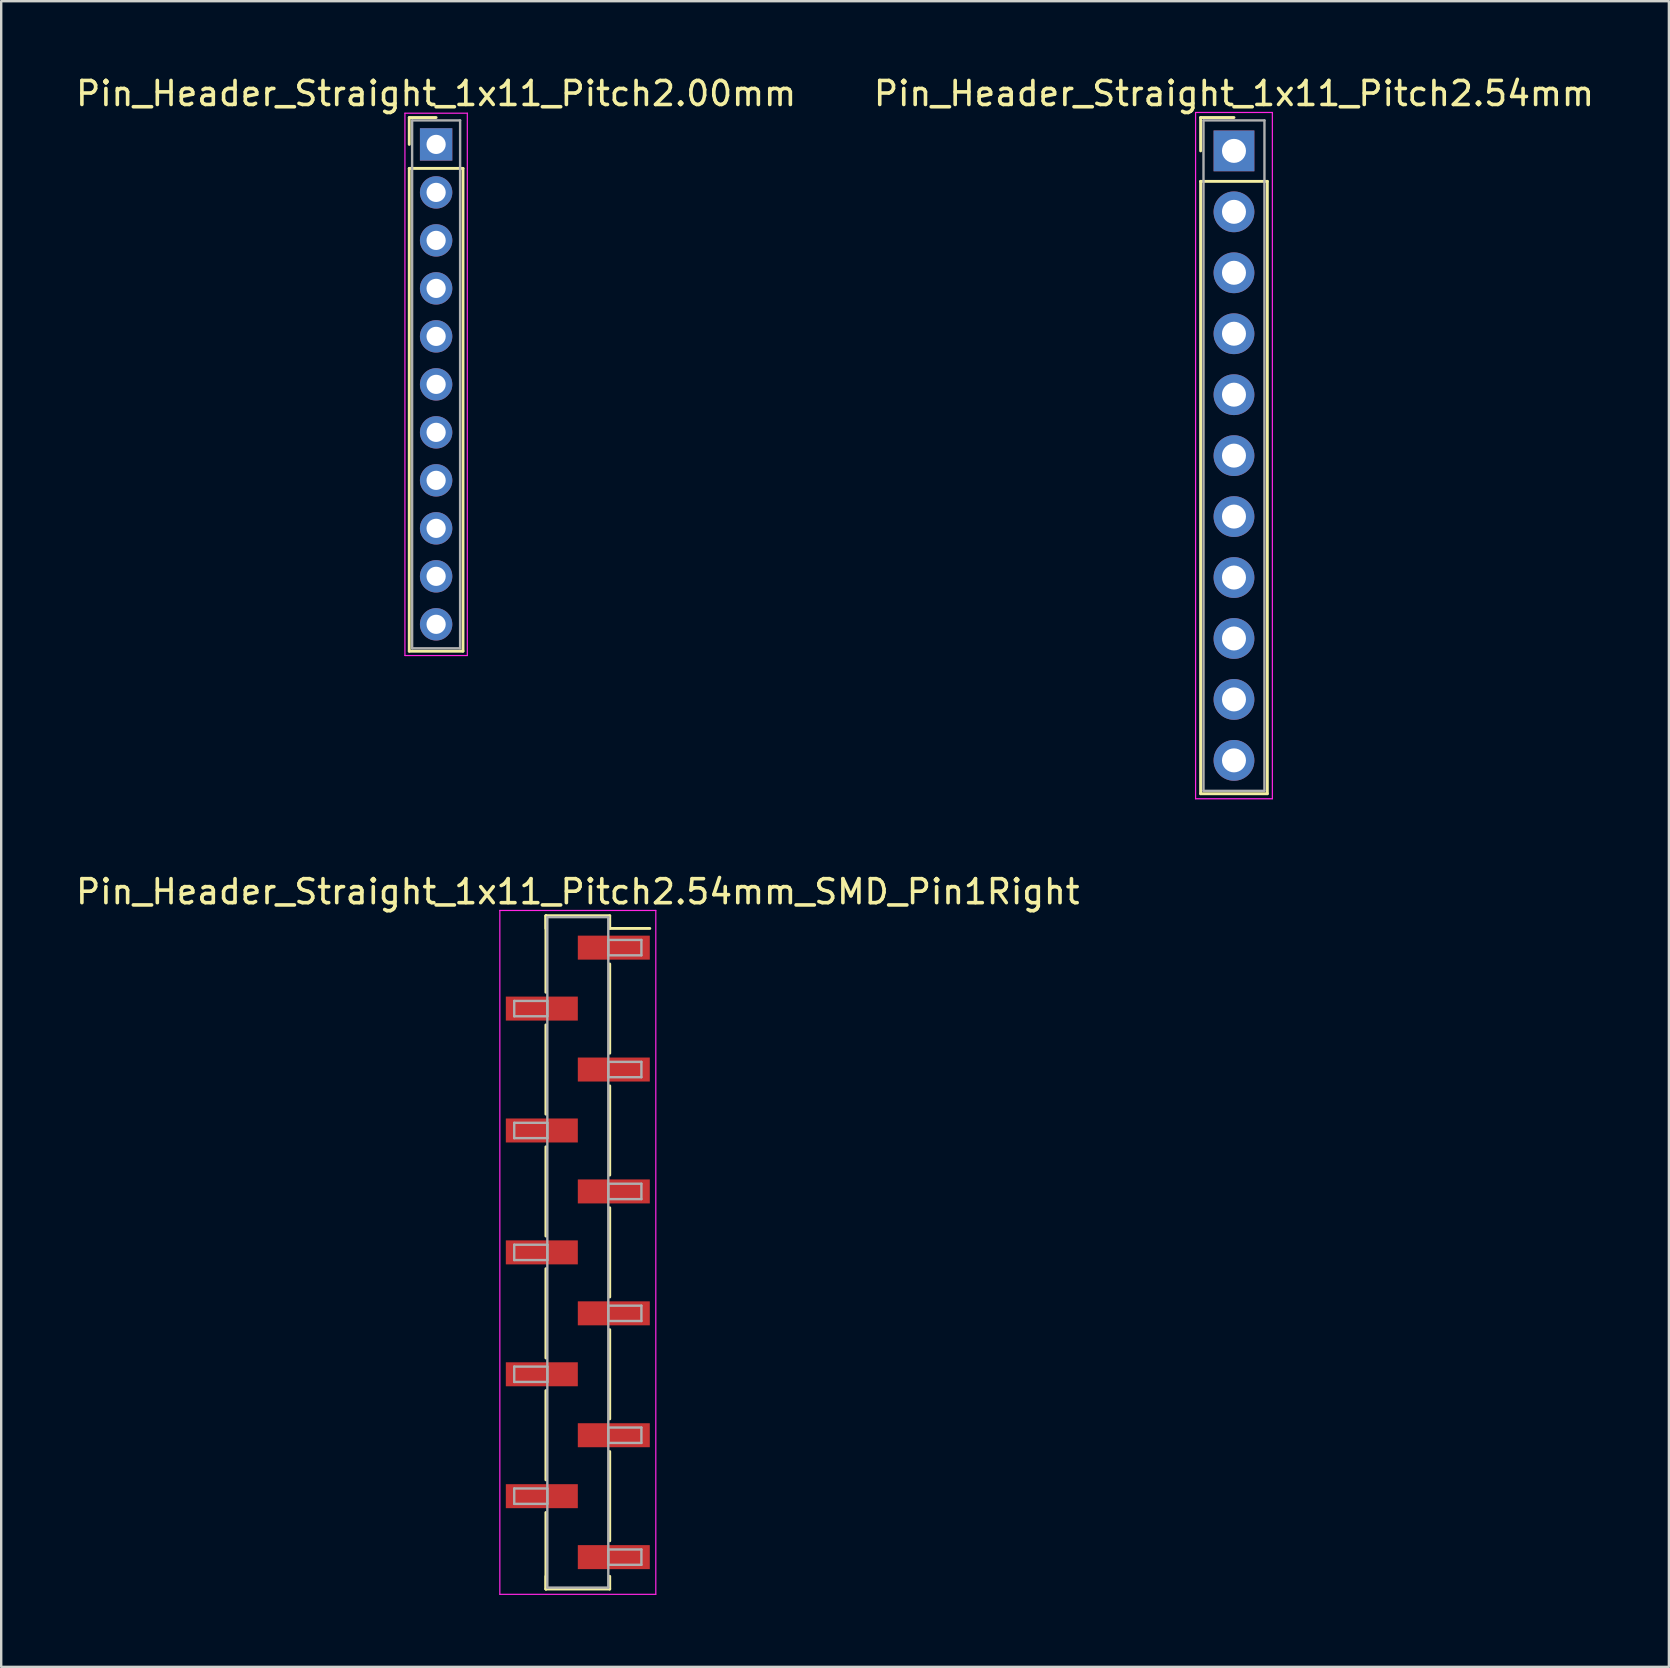
<source format=kicad_pcb>
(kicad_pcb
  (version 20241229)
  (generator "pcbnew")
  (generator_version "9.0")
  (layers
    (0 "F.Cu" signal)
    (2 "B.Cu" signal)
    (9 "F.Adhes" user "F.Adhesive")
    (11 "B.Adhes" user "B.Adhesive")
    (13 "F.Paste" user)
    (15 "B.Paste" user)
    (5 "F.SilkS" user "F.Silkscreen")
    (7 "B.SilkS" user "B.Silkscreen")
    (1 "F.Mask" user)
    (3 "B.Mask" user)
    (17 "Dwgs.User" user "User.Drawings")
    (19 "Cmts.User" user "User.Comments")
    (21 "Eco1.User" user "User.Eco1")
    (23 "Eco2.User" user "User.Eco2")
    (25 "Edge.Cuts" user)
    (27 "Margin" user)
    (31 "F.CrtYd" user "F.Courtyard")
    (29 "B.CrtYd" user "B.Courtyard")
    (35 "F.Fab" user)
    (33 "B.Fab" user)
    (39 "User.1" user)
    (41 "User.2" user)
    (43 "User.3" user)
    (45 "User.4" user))
  (footprint "Pin_Header_Straight_1x11_Pitch2.00mm"
    (layer "F.Cu")
    (at 15.125 2.968)
    (property "Reference" "Pin_Header_Straight_1x11_Pitch2.00mm" (at 0 -2.12 0) (layer "F.SilkS") (effects (font (size 1 1) (thickness 0.15))))
    (attr through_hole)
    (fp_line (start -1.12 -1.12) (end 0 -1.12) (stroke (width 0.12) (type solid)) (layer "F.SilkS"))
    (fp_line (start -1.12 0) (end -1.12 -1.12) (stroke (width 0.12) (type solid)) (layer "F.SilkS"))
    (fp_line (start -1.12 1) (end -1.12 21.12) (stroke (width 0.12) (type solid)) (layer "F.SilkS"))
    (fp_line (start -1.12 21.12) (end 1.12 21.12) (stroke (width 0.12) (type solid)) (layer "F.SilkS"))
    (fp_line (start 1.12 1) (end -1.12 1) (stroke (width 0.12) (type solid)) (layer "F.SilkS"))
    (fp_line (start 1.12 21.12) (end 1.12 1) (stroke (width 0.12) (type solid)) (layer "F.SilkS"))
    (fp_line (start -1.3 -1.3) (end -1.3 21.3) (stroke (width 0.05) (type solid)) (layer "F.CrtYd"))
    (fp_line (start -1.3 21.3) (end 1.3 21.3) (stroke (width 0.05) (type solid)) (layer "F.CrtYd"))
    (fp_line (start 1.3 -1.3) (end -1.3 -1.3) (stroke (width 0.05) (type solid)) (layer "F.CrtYd"))
    (fp_line (start 1.3 21.3) (end 1.3 -1.3) (stroke (width 0.05) (type solid)) (layer "F.CrtYd"))
    (fp_line (start -1 -1) (end -1 21) (stroke (width 0.1) (type solid)) (layer "F.Fab"))
    (fp_line (start -1 21) (end 1 21) (stroke (width 0.1) (type solid)) (layer "F.Fab"))
    (fp_line (start 1 -1) (end -1 -1) (stroke (width 0.1) (type solid)) (layer "F.Fab"))
    (fp_line (start 1 21) (end 1 -1) (stroke (width 0.1) (type solid)) (layer "F.Fab"))
    (pad "1" thru_hole rect (at 0 0) (size 1.35 1.35) (drill 0.8) (layers "*.Cu" "*.Mask"))
    (pad "2" thru_hole oval (at 0 2) (size 1.35 1.35) (drill 0.8) (layers "*.Cu" "*.Mask"))
    (pad "3" thru_hole oval (at 0 4) (size 1.35 1.35) (drill 0.8) (layers "*.Cu" "*.Mask"))
    (pad "4" thru_hole oval (at 0 6) (size 1.35 1.35) (drill 0.8) (layers "*.Cu" "*.Mask"))
    (pad "5" thru_hole oval (at 0 8) (size 1.35 1.35) (drill 0.8) (layers "*.Cu" "*.Mask"))
    (pad "6" thru_hole oval (at 0 10) (size 1.35 1.35) (drill 0.8) (layers "*.Cu" "*.Mask"))
    (pad "7" thru_hole oval (at 0 12) (size 1.35 1.35) (drill 0.8) (layers "*.Cu" "*.Mask"))
    (pad "8" thru_hole oval (at 0 14) (size 1.35 1.35) (drill 0.8) (layers "*.Cu" "*.Mask"))
    (pad "9" thru_hole oval (at 0 16) (size 1.35 1.35) (drill 0.8) (layers "*.Cu" "*.Mask"))
    (pad "10" thru_hole oval (at 0 18) (size 1.35 1.35) (drill 0.8) (layers "*.Cu" "*.Mask"))
    (pad "11" thru_hole oval (at 0 20) (size 1.35 1.35) (drill 0.8) (layers "*.Cu" "*.Mask")))
  (footprint "Pin_Header_Straight_1x11_Pitch2.54mm_SMD_Pin1Right"
    (layer "F.Cu")
    (at 21.03 49.142)
    (property "Reference" "Pin_Header_Straight_1x11_Pitch2.54mm_SMD_Pin1Right" (at 0 -15.03 0) (layer "F.SilkS") (effects (font (size 1 1) (thickness 0.15))))
    (attr smd)
    (fp_line (start -1.33 -14.03) (end -1.33 -10.84) (stroke (width 0.12) (type solid)) (layer "F.SilkS"))
    (fp_line (start -1.33 -14.03) (end 1.33 -14.03) (stroke (width 0.12) (type solid)) (layer "F.SilkS"))
    (fp_line (start -1.33 -13.5) (end -1.33 -14.03) (stroke (width 0.12) (type solid)) (layer "F.SilkS"))
    (fp_line (start -1.33 -9.48) (end -1.33 -5.76) (stroke (width 0.12) (type solid)) (layer "F.SilkS"))
    (fp_line (start -1.33 -4.4) (end -1.33 -0.68) (stroke (width 0.12) (type solid)) (layer "F.SilkS"))
    (fp_line (start -1.33 0.68) (end -1.33 4.4) (stroke (width 0.12) (type solid)) (layer "F.SilkS"))
    (fp_line (start -1.33 5.76) (end -1.33 9.48) (stroke (width 0.12) (type solid)) (layer "F.SilkS"))
    (fp_line (start -1.33 10.84) (end -1.33 14.03) (stroke (width 0.12) (type solid)) (layer "F.SilkS"))
    (fp_line (start -1.33 13.5) (end -1.33 14.03) (stroke (width 0.12) (type solid)) (layer "F.SilkS"))
    (fp_line (start -1.33 14.03) (end 1.33 14.03) (stroke (width 0.12) (type solid)) (layer "F.SilkS"))
    (fp_line (start 1.33 -14.03) (end 1.33 -13.5) (stroke (width 0.12) (type solid)) (layer "F.SilkS"))
    (fp_line (start 1.33 -13.5) (end 3 -13.5) (stroke (width 0.12) (type solid)) (layer "F.SilkS"))
    (fp_line (start 1.33 -12.02) (end 1.33 -8.3) (stroke (width 0.12) (type solid)) (layer "F.SilkS"))
    (fp_line (start 1.33 -6.94) (end 1.33 -3.22) (stroke (width 0.12) (type solid)) (layer "F.SilkS"))
    (fp_line (start 1.33 -1.86) (end 1.33 1.86) (stroke (width 0.12) (type solid)) (layer "F.SilkS"))
    (fp_line (start 1.33 3.22) (end 1.33 6.94) (stroke (width 0.12) (type solid)) (layer "F.SilkS"))
    (fp_line (start 1.33 8.3) (end 1.33 12.02) (stroke (width 0.12) (type solid)) (layer "F.SilkS"))
    (fp_line (start 1.33 14.03) (end 1.33 13.5) (stroke (width 0.12) (type solid)) (layer "F.SilkS"))
    (fp_line (start -3.25 -14.25) (end -3.25 14.25) (stroke (width 0.05) (type solid)) (layer "F.CrtYd"))
    (fp_line (start -3.25 14.25) (end 3.25 14.25) (stroke (width 0.05) (type solid)) (layer "F.CrtYd"))
    (fp_line (start 3.25 -14.25) (end -3.25 -14.25) (stroke (width 0.05) (type solid)) (layer "F.CrtYd"))
    (fp_line (start 3.25 14.25) (end 3.25 -14.25) (stroke (width 0.05) (type solid)) (layer "F.CrtYd"))
    (fp_line (start -2.65 -10.48) (end -1.27 -10.48) (stroke (width 0.1) (type solid)) (layer "F.Fab"))
    (fp_line (start -2.65 -9.84) (end -2.65 -10.48) (stroke (width 0.1) (type solid)) (layer "F.Fab"))
    (fp_line (start -2.65 -5.4) (end -1.27 -5.4) (stroke (width 0.1) (type solid)) (layer "F.Fab"))
    (fp_line (start -2.65 -4.76) (end -2.65 -5.4) (stroke (width 0.1) (type solid)) (layer "F.Fab"))
    (fp_line (start -2.65 -0.32) (end -1.27 -0.32) (stroke (width 0.1) (type solid)) (layer "F.Fab"))
    (fp_line (start -2.65 0.32) (end -2.65 -0.32) (stroke (width 0.1) (type solid)) (layer "F.Fab"))
    (fp_line (start -2.65 4.76) (end -1.27 4.76) (stroke (width 0.1) (type solid)) (layer "F.Fab"))
    (fp_line (start -2.65 5.4) (end -2.65 4.76) (stroke (width 0.1) (type solid)) (layer "F.Fab"))
    (fp_line (start -2.65 9.84) (end -1.27 9.84) (stroke (width 0.1) (type solid)) (layer "F.Fab"))
    (fp_line (start -2.65 10.48) (end -2.65 9.84) (stroke (width 0.1) (type solid)) (layer "F.Fab"))
    (fp_line (start -1.27 -13.97) (end -1.27 13.97) (stroke (width 0.1) (type solid)) (layer "F.Fab"))
    (fp_line (start -1.27 -10.48) (end -1.27 -9.84) (stroke (width 0.1) (type solid)) (layer "F.Fab"))
    (fp_line (start -1.27 -9.84) (end -2.65 -9.84) (stroke (width 0.1) (type solid)) (layer "F.Fab"))
    (fp_line (start -1.27 -5.4) (end -1.27 -4.76) (stroke (width 0.1) (type solid)) (layer "F.Fab"))
    (fp_line (start -1.27 -4.76) (end -2.65 -4.76) (stroke (width 0.1) (type solid)) (layer "F.Fab"))
    (fp_line (start -1.27 -0.32) (end -1.27 0.32) (stroke (width 0.1) (type solid)) (layer "F.Fab"))
    (fp_line (start -1.27 0.32) (end -2.65 0.32) (stroke (width 0.1) (type solid)) (layer "F.Fab"))
    (fp_line (start -1.27 4.76) (end -1.27 5.4) (stroke (width 0.1) (type solid)) (layer "F.Fab"))
    (fp_line (start -1.27 5.4) (end -2.65 5.4) (stroke (width 0.1) (type solid)) (layer "F.Fab"))
    (fp_line (start -1.27 9.84) (end -1.27 10.48) (stroke (width 0.1) (type solid)) (layer "F.Fab"))
    (fp_line (start -1.27 10.48) (end -2.65 10.48) (stroke (width 0.1) (type solid)) (layer "F.Fab"))
    (fp_line (start -1.27 13.97) (end 1.27 13.97) (stroke (width 0.1) (type solid)) (layer "F.Fab"))
    (fp_line (start 1.27 -13.97) (end -1.27 -13.97) (stroke (width 0.1) (type solid)) (layer "F.Fab"))
    (fp_line (start 1.27 -13.02) (end 1.27 -12.38) (stroke (width 0.1) (type solid)) (layer "F.Fab"))
    (fp_line (start 1.27 -12.38) (end 2.65 -12.38) (stroke (width 0.1) (type solid)) (layer "F.Fab"))
    (fp_line (start 1.27 -7.94) (end 1.27 -7.3) (stroke (width 0.1) (type solid)) (layer "F.Fab"))
    (fp_line (start 1.27 -7.3) (end 2.65 -7.3) (stroke (width 0.1) (type solid)) (layer "F.Fab"))
    (fp_line (start 1.27 -2.86) (end 1.27 -2.22) (stroke (width 0.1) (type solid)) (layer "F.Fab"))
    (fp_line (start 1.27 -2.22) (end 2.65 -2.22) (stroke (width 0.1) (type solid)) (layer "F.Fab"))
    (fp_line (start 1.27 2.22) (end 1.27 2.86) (stroke (width 0.1) (type solid)) (layer "F.Fab"))
    (fp_line (start 1.27 2.86) (end 2.65 2.86) (stroke (width 0.1) (type solid)) (layer "F.Fab"))
    (fp_line (start 1.27 7.3) (end 1.27 7.94) (stroke (width 0.1) (type solid)) (layer "F.Fab"))
    (fp_line (start 1.27 7.94) (end 2.65 7.94) (stroke (width 0.1) (type solid)) (layer "F.Fab"))
    (fp_line (start 1.27 12.38) (end 1.27 13.02) (stroke (width 0.1) (type solid)) (layer "F.Fab"))
    (fp_line (start 1.27 13.02) (end 2.65 13.02) (stroke (width 0.1) (type solid)) (layer "F.Fab"))
    (fp_line (start 1.27 13.97) (end 1.27 -13.97) (stroke (width 0.1) (type solid)) (layer "F.Fab"))
    (fp_line (start 2.65 -13.02) (end 1.27 -13.02) (stroke (width 0.1) (type solid)) (layer "F.Fab"))
    (fp_line (start 2.65 -12.38) (end 2.65 -13.02) (stroke (width 0.1) (type solid)) (layer "F.Fab"))
    (fp_line (start 2.65 -7.94) (end 1.27 -7.94) (stroke (width 0.1) (type solid)) (layer "F.Fab"))
    (fp_line (start 2.65 -7.3) (end 2.65 -7.94) (stroke (width 0.1) (type solid)) (layer "F.Fab"))
    (fp_line (start 2.65 -2.86) (end 1.27 -2.86) (stroke (width 0.1) (type solid)) (layer "F.Fab"))
    (fp_line (start 2.65 -2.22) (end 2.65 -2.86) (stroke (width 0.1) (type solid)) (layer "F.Fab"))
    (fp_line (start 2.65 2.22) (end 1.27 2.22) (stroke (width 0.1) (type solid)) (layer "F.Fab"))
    (fp_line (start 2.65 2.86) (end 2.65 2.22) (stroke (width 0.1) (type solid)) (layer "F.Fab"))
    (fp_line (start 2.65 7.3) (end 1.27 7.3) (stroke (width 0.1) (type solid)) (layer "F.Fab"))
    (fp_line (start 2.65 7.94) (end 2.65 7.3) (stroke (width 0.1) (type solid)) (layer "F.Fab"))
    (fp_line (start 2.65 12.38) (end 1.27 12.38) (stroke (width 0.1) (type solid)) (layer "F.Fab"))
    (fp_line (start 2.65 13.02) (end 2.65 12.38) (stroke (width 0.1) (type solid)) (layer "F.Fab"))
    (pad "1" smd rect (at 1.5 -12.7) (size 3 1) (layers "F.Cu" "F.Mask"))
    (pad "2" smd rect (at -1.5 -10.16) (size 3 1) (layers "F.Cu" "F.Mask"))
    (pad "3" smd rect (at 1.5 -7.62) (size 3 1) (layers "F.Cu" "F.Mask"))
    (pad "4" smd rect (at -1.5 -5.08) (size 3 1) (layers "F.Cu" "F.Mask"))
    (pad "5" smd rect (at 1.5 -2.54) (size 3 1) (layers "F.Cu" "F.Mask"))
    (pad "6" smd rect (at -1.5 0) (size 3 1) (layers "F.Cu" "F.Mask"))
    (pad "7" smd rect (at 1.5 2.54) (size 3 1) (layers "F.Cu" "F.Mask"))
    (pad "8" smd rect (at -1.5 5.08) (size 3 1) (layers "F.Cu" "F.Mask"))
    (pad "9" smd rect (at 1.5 7.62) (size 3 1) (layers "F.Cu" "F.Mask"))
    (pad "10" smd rect (at -1.5 10.16) (size 3 1) (layers "F.Cu" "F.Mask"))
    (pad "11" smd rect (at 1.5 12.7) (size 3 1) (layers "F.Cu" "F.Mask")))
  (footprint "Pin_Header_Straight_1x11_Pitch2.54mm"
    (layer "F.Cu")
    (at 48.375 3.238)
    (property "Reference" "Pin_Header_Straight_1x11_Pitch2.54mm" (at 0 -2.39 0) (layer "F.SilkS") (effects (font (size 1 1) (thickness 0.15))))
    (attr through_hole)
    (fp_line (start -1.39 -1.39) (end 0 -1.39) (stroke (width 0.12) (type solid)) (layer "F.SilkS"))
    (fp_line (start -1.39 0) (end -1.39 -1.39) (stroke (width 0.12) (type solid)) (layer "F.SilkS"))
    (fp_line (start -1.39 1.27) (end -1.39 26.79) (stroke (width 0.12) (type solid)) (layer "F.SilkS"))
    (fp_line (start -1.39 26.79) (end 1.39 26.79) (stroke (width 0.12) (type solid)) (layer "F.SilkS"))
    (fp_line (start 1.39 1.27) (end -1.39 1.27) (stroke (width 0.12) (type solid)) (layer "F.SilkS"))
    (fp_line (start 1.39 26.79) (end 1.39 1.27) (stroke (width 0.12) (type solid)) (layer "F.SilkS"))
    (fp_line (start -1.6 -1.6) (end -1.6 27) (stroke (width 0.05) (type solid)) (layer "F.CrtYd"))
    (fp_line (start -1.6 27) (end 1.6 27) (stroke (width 0.05) (type solid)) (layer "F.CrtYd"))
    (fp_line (start 1.6 -1.6) (end -1.6 -1.6) (stroke (width 0.05) (type solid)) (layer "F.CrtYd"))
    (fp_line (start 1.6 27) (end 1.6 -1.6) (stroke (width 0.05) (type solid)) (layer "F.CrtYd"))
    (fp_line (start -1.27 -1.27) (end -1.27 26.67) (stroke (width 0.1) (type solid)) (layer "F.Fab"))
    (fp_line (start -1.27 26.67) (end 1.27 26.67) (stroke (width 0.1) (type solid)) (layer "F.Fab"))
    (fp_line (start 1.27 -1.27) (end -1.27 -1.27) (stroke (width 0.1) (type solid)) (layer "F.Fab"))
    (fp_line (start 1.27 26.67) (end 1.27 -1.27) (stroke (width 0.1) (type solid)) (layer "F.Fab"))
    (pad "1" thru_hole rect (at 0 0) (size 1.7 1.7) (drill 1) (layers "*.Cu" "*.Mask"))
    (pad "2" thru_hole oval (at 0 2.54) (size 1.7 1.7) (drill 1) (layers "*.Cu" "*.Mask"))
    (pad "3" thru_hole oval (at 0 5.08) (size 1.7 1.7) (drill 1) (layers "*.Cu" "*.Mask"))
    (pad "4" thru_hole oval (at 0 7.62) (size 1.7 1.7) (drill 1) (layers "*.Cu" "*.Mask"))
    (pad "5" thru_hole oval (at 0 10.16) (size 1.7 1.7) (drill 1) (layers "*.Cu" "*.Mask"))
    (pad "6" thru_hole oval (at 0 12.7) (size 1.7 1.7) (drill 1) (layers "*.Cu" "*.Mask"))
    (pad "7" thru_hole oval (at 0 15.24) (size 1.7 1.7) (drill 1) (layers "*.Cu" "*.Mask"))
    (pad "8" thru_hole oval (at 0 17.78) (size 1.7 1.7) (drill 1) (layers "*.Cu" "*.Mask"))
    (pad "9" thru_hole oval (at 0 20.32) (size 1.7 1.7) (drill 1) (layers "*.Cu" "*.Mask"))
    (pad "10" thru_hole oval (at 0 22.86) (size 1.7 1.7) (drill 1) (layers "*.Cu" "*.Mask"))
    (pad "11" thru_hole oval (at 0 25.4) (size 1.7 1.7) (drill 1) (layers "*.Cu" "*.Mask")))
  (gr_rect
    (start -3 -3)
    (end 66.5 66.416)
    (stroke (width 0.1) (type default))
    (fill no)
    (layer "Edge.Cuts")))
</source>
